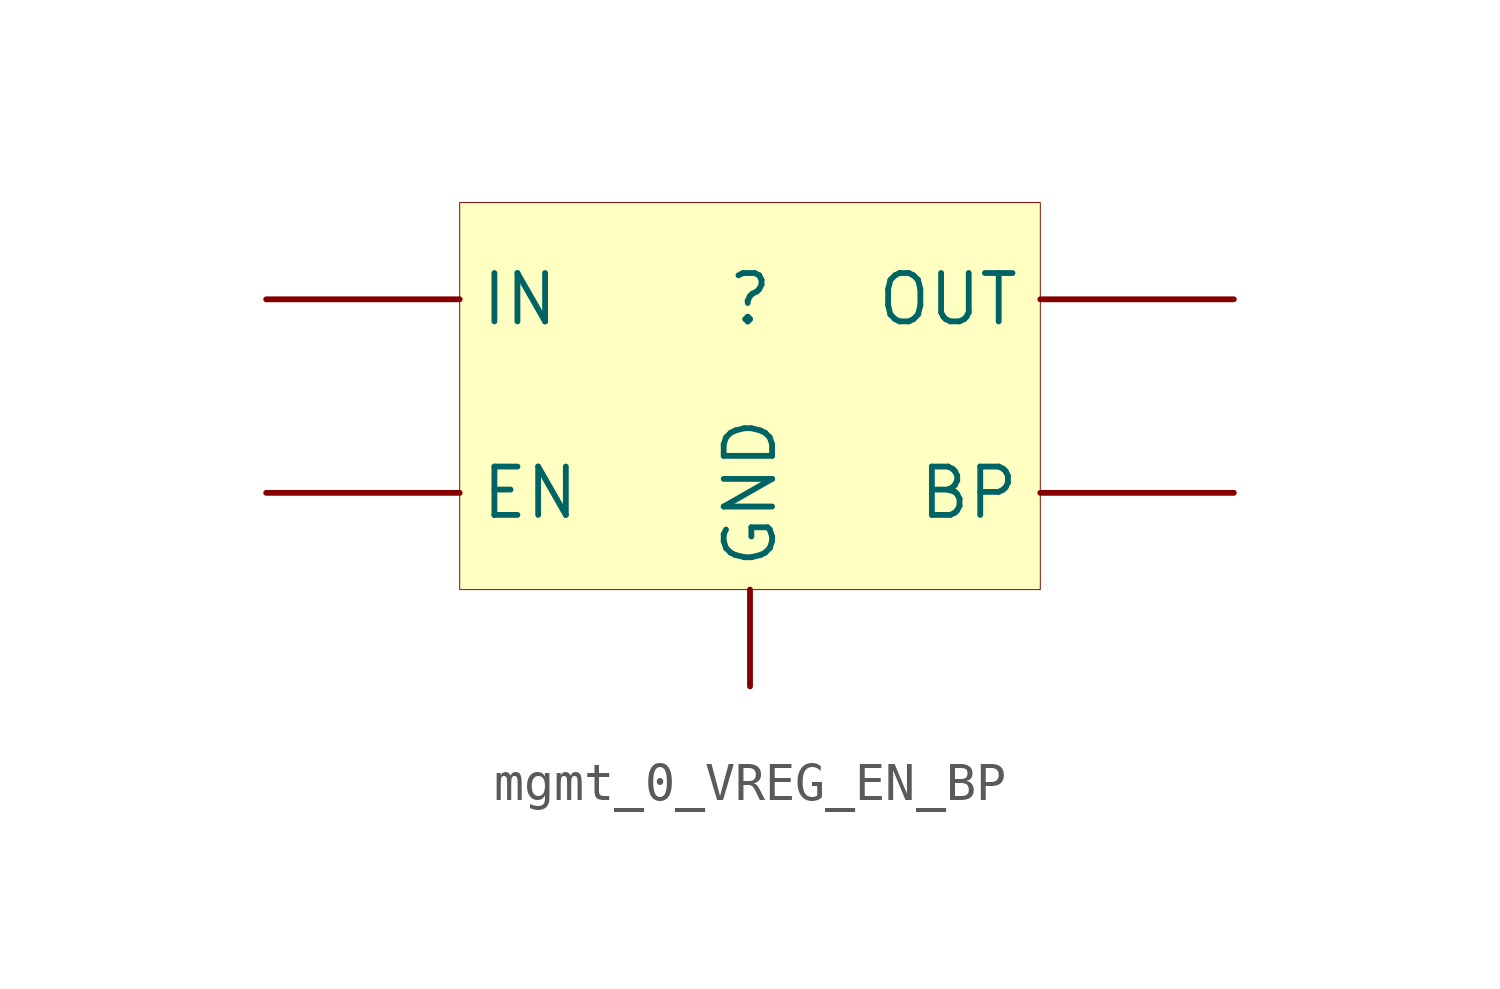
<source format=kicad_sym>
(kicad_symbol_lib
  (version 20231120)
  (generator "kicad_symbol_editor")
  (generator_version "7.99")
  (symbol "mgmt_0_VREG_EN_BP"
    (property "Reference" ""
      (at 0 0 0)
      (effects (font (size 1.27 1.27))))
    (property "Value" ""
      (at 0 0 0)
      (effects (font (size 1.27 1.27))))
    (symbol "mgmt_0_VREG_EN_BP_1_0"
      (rectangle (start 7.62 2.54) (end -7.62 -7.62) (stroke (width 0.025) (type solid) (color 128 0 0 1)) (fill (type background)))
      (pin passive line (at 12.7 -5.08 180) (length 5.08) (name "BP" (effects (font (size 1.27 1.27)))) (number "BP" (effects (font (size 0 0)))))
      (pin passive line (at -12.7 -5.08 0) (length 5.08) (name "EN" (effects (font (size 1.27 1.27)))) (number "EN" (effects (font (size 0 0)))))
      (pin passive line (at 0 -10.16 90) (length 2.54) (name "GND" (effects (font (size 1.27 1.27)))) (number "GND" (effects (font (size 0 0)))))
      (pin passive line (at -12.7 0 0) (length 5.08) (name "IN" (effects (font (size 1.27 1.27)))) (number "IN" (effects (font (size 0 0)))))
      (pin passive line (at 12.7 0 180) (length 5.08) (name "OUT" (effects (font (size 1.27 1.27)))) (number "OUT" (effects (font (size 0 0))))))))
</source>
